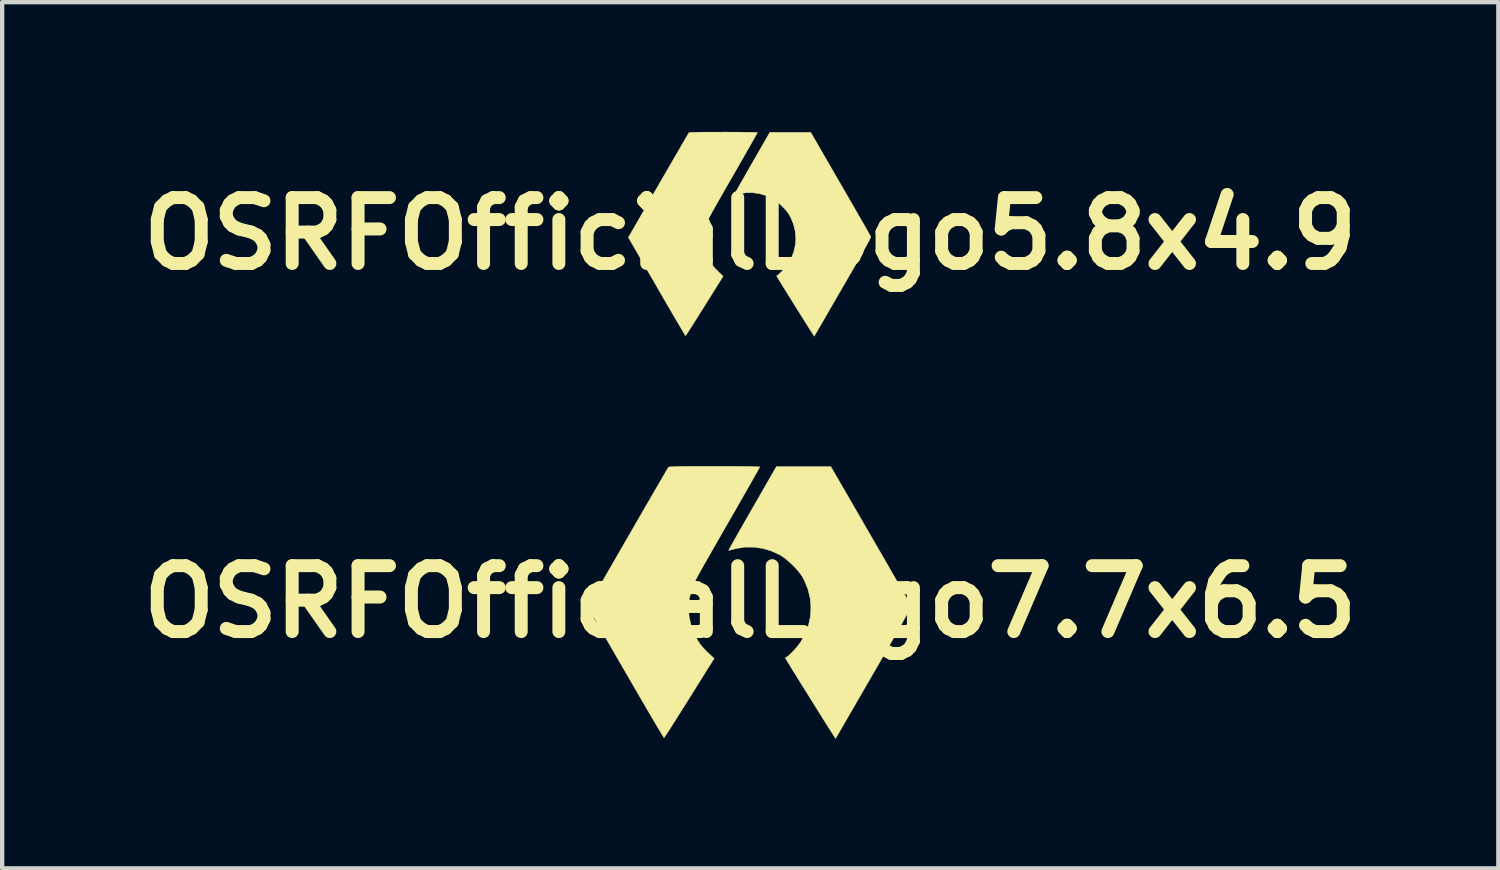
<source format=kicad_pcb>
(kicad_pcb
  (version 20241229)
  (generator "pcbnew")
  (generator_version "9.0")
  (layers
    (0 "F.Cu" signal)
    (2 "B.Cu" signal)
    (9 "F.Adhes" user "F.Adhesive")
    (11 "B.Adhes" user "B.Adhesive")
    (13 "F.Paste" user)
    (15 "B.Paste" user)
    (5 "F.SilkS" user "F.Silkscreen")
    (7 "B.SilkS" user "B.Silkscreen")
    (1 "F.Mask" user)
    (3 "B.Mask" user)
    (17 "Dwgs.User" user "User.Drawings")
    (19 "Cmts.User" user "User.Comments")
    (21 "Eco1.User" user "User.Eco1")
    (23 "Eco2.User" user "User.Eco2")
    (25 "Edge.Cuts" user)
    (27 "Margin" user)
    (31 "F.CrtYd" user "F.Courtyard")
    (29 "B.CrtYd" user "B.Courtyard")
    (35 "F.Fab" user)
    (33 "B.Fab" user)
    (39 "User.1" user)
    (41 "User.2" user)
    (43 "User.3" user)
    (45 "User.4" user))
  (footprint "OSRFOfficialLogo5.8x4.9"
    (layer "F.Cu")
    (at 14.304 2.355)
    (property "Reference" "OSRFOfficialLogo5.8x4.9" (at 0 0 0) (layer "F.SilkS") (effects (font (size 1.524 1.524) (thickness 0.3))))
    (attr through_hole)
    (fp_poly (pts (xy -0.482 -2.349) (xy -0.351 -2.349) (xy -0.23 -2.348) (xy -0.121 -2.347) (xy -0.027 -2.346) (xy 0.051 -2.344) (xy 0.11 -2.343) (xy 0.149 -2.341) (xy 0.165 -2.339) (xy 0.165 -2.339) (xy 0.159 -2.326) (xy 0.141 -2.293) (xy 0.112 -2.242) (xy 0.074 -2.174) (xy 0.027 -2.091) (xy -0.028 -1.994) (xy -0.09 -1.886) (xy -0.157 -1.767) (xy -0.23 -1.641) (xy -0.306 -1.508) (xy -0.312 -1.497) (xy -0.418 -1.313) (xy -0.512 -1.149) (xy -0.595 -1.005) (xy -0.668 -0.878) (xy -0.73 -0.768) (xy -0.784 -0.673) (xy -0.83 -0.592) (xy -0.869 -0.523) (xy -0.901 -0.464) (xy -0.928 -0.415) (xy -0.949 -0.374) (xy -0.966 -0.34) (xy -0.98 -0.311) (xy -0.991 -0.286) (xy -1 -0.263) (xy -1.008 -0.242) (xy -1.015 -0.22) (xy -1.017 -0.216) (xy -1.056 -0.06) (xy -1.07 0.099) (xy -1.06 0.258) (xy -1.026 0.415) (xy -0.967 0.568) (xy -0.956 0.591) (xy -0.913 0.67) (xy -0.867 0.739) (xy -0.811 0.806) (xy -0.741 0.877) (xy -0.726 0.891) (xy -0.627 0.984) (xy -1.056 1.67) (xy -1.131 1.789) (xy -1.202 1.902) (xy -1.268 2.007) (xy -1.328 2.102) (xy -1.381 2.184) (xy -1.425 2.253) (xy -1.459 2.306) (xy -1.483 2.342) (xy -1.494 2.358) (xy -1.495 2.359) (xy -1.503 2.349) (xy -1.522 2.318) (xy -1.553 2.268) (xy -1.593 2.2) (xy -1.643 2.116) (xy -1.701 2.017) (xy -1.767 1.905) (xy -1.839 1.781) (xy -1.917 1.647) (xy -2.001 1.503) (xy -2.088 1.352) (xy -2.162 1.224) (xy -2.819 0.087) (xy -2.126 -1.116) (xy -2.033 -1.277) (xy -1.943 -1.432) (xy -1.858 -1.579) (xy -1.778 -1.718) (xy -1.703 -1.846) (xy -1.636 -1.962) (xy -1.576 -2.066) (xy -1.525 -2.154) (xy -1.482 -2.227) (xy -1.45 -2.282) (xy -1.429 -2.318) (xy -1.42 -2.333) (xy -1.419 -2.334) (xy -1.411 -2.337) (xy -1.392 -2.34) (xy -1.36 -2.342) (xy -1.314 -2.344) (xy -1.253 -2.346) (xy -1.173 -2.347) (xy -1.075 -2.348) (xy -0.957 -2.349) (xy -0.816 -2.349) (xy -0.652 -2.349) (xy -0.621 -2.35) (xy -0.482 -2.349)) (stroke (width 0.01) (type solid)) (fill yes) (layer "F.SilkS"))
    (fp_poly (pts (xy 2.085 -1.156) (xy 2.178 -0.995) (xy 2.267 -0.841) (xy 2.352 -0.694) (xy 2.432 -0.555) (xy 2.505 -0.427) (xy 2.572 -0.31) (xy 2.632 -0.206) (xy 2.683 -0.117) (xy 2.724 -0.045) (xy 2.755 0.011) (xy 2.776 0.047) (xy 2.784 0.063) (xy 2.784 0.064) (xy 2.785 0.07) (xy 2.784 0.081) (xy 2.779 0.096) (xy 2.77 0.117) (xy 2.757 0.145) (xy 2.738 0.182) (xy 2.713 0.229) (xy 2.681 0.287) (xy 2.642 0.357) (xy 2.595 0.44) (xy 2.539 0.539) (xy 2.473 0.654) (xy 2.398 0.786) (xy 2.311 0.936) (xy 2.213 1.107) (xy 2.14 1.232) (xy 2.05 1.388) (xy 1.963 1.538) (xy 1.881 1.68) (xy 1.804 1.813) (xy 1.734 1.935) (xy 1.67 2.046) (xy 1.614 2.142) (xy 1.567 2.224) (xy 1.529 2.289) (xy 1.501 2.336) (xy 1.485 2.364) (xy 1.481 2.372) (xy 1.474 2.362) (xy 1.454 2.332) (xy 1.424 2.284) (xy 1.383 2.221) (xy 1.334 2.142) (xy 1.277 2.052) (xy 1.213 1.95) (xy 1.144 1.84) (xy 1.07 1.722) (xy 1.05 1.691) (xy 0.975 1.571) (xy 0.904 1.457) (xy 0.839 1.351) (xy 0.779 1.255) (xy 0.727 1.171) (xy 0.683 1.1) (xy 0.649 1.044) (xy 0.626 1.006) (xy 0.616 0.987) (xy 0.615 0.986) (xy 0.614 0.969) (xy 0.619 0.965) (xy 0.639 0.956) (xy 0.671 0.93) (xy 0.71 0.893) (xy 0.754 0.847) (xy 0.798 0.797) (xy 0.839 0.747) (xy 0.873 0.701) (xy 0.874 0.701) (xy 0.954 0.559) (xy 1.01 0.409) (xy 1.043 0.255) (xy 1.053 0.098) (xy 1.039 -0.06) (xy 1.001 -0.216) (xy 0.939 -0.368) (xy 0.9 -0.442) (xy 0.859 -0.5) (xy 0.802 -0.567) (xy 0.736 -0.636) (xy 0.664 -0.702) (xy 0.594 -0.759) (xy 0.531 -0.803) (xy 0.521 -0.809) (xy 0.373 -0.878) (xy 0.22 -0.924) (xy 0.063 -0.947) (xy -0.093 -0.947) (xy -0.246 -0.923) (xy -0.278 -0.914) (xy -0.323 -0.902) (xy -0.357 -0.894) (xy -0.374 -0.891) (xy -0.375 -0.892) (xy -0.37 -0.903) (xy -0.353 -0.935) (xy -0.325 -0.984) (xy -0.287 -1.051) (xy -0.242 -1.132) (xy -0.188 -1.226) (xy -0.128 -1.331) (xy -0.063 -1.445) (xy 0.007 -1.567) (xy 0.037 -1.619) (xy 0.453 -2.343) (xy 1.398 -2.343) (xy 2.085 -1.156)) (stroke (width 0.01) (type solid)) (fill yes) (layer "F.SilkS")))
  (footprint "OSRFOfficialLogo7.7x6.5"
    (layer "F.Cu")
    (at 14.304 10.869)
    (property "Reference" "OSRFOfficialLogo7.7x6.5" (at 0 0 0) (layer "F.SilkS") (effects (font (size 1.524 1.524) (thickness 0.3))))
    (attr through_hole)
    (fp_poly (pts (xy -0.643 -3.132) (xy -0.468 -3.132) (xy -0.307 -3.131) (xy -0.162 -3.129) (xy -0.036 -3.128) (xy 0.068 -3.126) (xy 0.147 -3.123) (xy 0.199 -3.121) (xy 0.22 -3.119) (xy 0.22 -3.118) (xy 0.212 -3.102) (xy 0.188 -3.058) (xy 0.15 -2.989) (xy 0.099 -2.899) (xy 0.036 -2.788) (xy -0.037 -2.659) (xy -0.12 -2.514) (xy -0.21 -2.357) (xy -0.306 -2.188) (xy -0.408 -2.011) (xy -0.416 -1.996) (xy -0.558 -1.751) (xy -0.683 -1.533) (xy -0.793 -1.34) (xy -0.89 -1.171) (xy -0.974 -1.024) (xy -1.046 -0.898) (xy -1.107 -0.789) (xy -1.159 -0.697) (xy -1.202 -0.619) (xy -1.237 -0.554) (xy -1.265 -0.499) (xy -1.288 -0.453) (xy -1.307 -0.415) (xy -1.321 -0.381) (xy -1.333 -0.351) (xy -1.344 -0.322) (xy -1.354 -0.293) (xy -1.355 -0.288) (xy -1.408 -0.08) (xy -1.427 0.132) (xy -1.414 0.344) (xy -1.368 0.553) (xy -1.29 0.757) (xy -1.275 0.787) (xy -1.218 0.893) (xy -1.156 0.986) (xy -1.082 1.074) (xy -0.988 1.169) (xy -0.968 1.188) (xy -0.836 1.312) (xy -1.408 2.227) (xy -1.508 2.386) (xy -1.603 2.537) (xy -1.691 2.676) (xy -1.771 2.802) (xy -1.841 2.912) (xy -1.899 3.004) (xy -1.945 3.075) (xy -1.977 3.122) (xy -1.992 3.144) (xy -1.994 3.145) (xy -2.004 3.132) (xy -2.03 3.09) (xy -2.07 3.024) (xy -2.124 2.933) (xy -2.19 2.821) (xy -2.268 2.69) (xy -2.356 2.54) (xy -2.452 2.375) (xy -2.557 2.196) (xy -2.668 2.004) (xy -2.784 1.803) (xy -2.883 1.633) (xy -3.759 0.116) (xy -2.834 -1.487) (xy -2.71 -1.702) (xy -2.591 -1.909) (xy -2.477 -2.105) (xy -2.37 -2.29) (xy -2.271 -2.461) (xy -2.181 -2.616) (xy -2.101 -2.754) (xy -2.033 -2.872) (xy -1.976 -2.969) (xy -1.934 -3.042) (xy -1.905 -3.09) (xy -1.893 -3.111) (xy -1.892 -3.111) (xy -1.882 -3.116) (xy -1.856 -3.12) (xy -1.814 -3.123) (xy -1.753 -3.126) (xy -1.67 -3.128) (xy -1.565 -3.13) (xy -1.434 -3.131) (xy -1.276 -3.132) (xy -1.088 -3.132) (xy -0.87 -3.133) (xy -0.828 -3.133) (xy -0.643 -3.132)) (stroke (width 0.01) (type solid)) (fill yes) (layer "F.SilkS"))
    (fp_poly (pts (xy 2.78 -1.541) (xy 2.904 -1.327) (xy 3.023 -1.121) (xy 3.136 -0.925) (xy 3.242 -0.74) (xy 3.34 -0.569) (xy 3.43 -0.413) (xy 3.509 -0.275) (xy 3.577 -0.157) (xy 3.632 -0.059) (xy 3.674 0.014) (xy 3.701 0.063) (xy 3.712 0.084) (xy 3.712 0.085) (xy 3.714 0.094) (xy 3.712 0.107) (xy 3.705 0.128) (xy 3.694 0.156) (xy 3.676 0.194) (xy 3.651 0.243) (xy 3.617 0.305) (xy 3.575 0.382) (xy 3.523 0.476) (xy 3.46 0.587) (xy 3.385 0.719) (xy 3.298 0.872) (xy 3.197 1.047) (xy 3.081 1.248) (xy 2.95 1.476) (xy 2.854 1.643) (xy 2.733 1.851) (xy 2.618 2.051) (xy 2.508 2.24) (xy 2.406 2.417) (xy 2.311 2.58) (xy 2.226 2.727) (xy 2.152 2.856) (xy 2.089 2.965) (xy 2.038 3.052) (xy 2.002 3.115) (xy 1.98 3.152) (xy 1.974 3.162) (xy 1.965 3.149) (xy 1.939 3.109) (xy 1.898 3.046) (xy 1.844 2.961) (xy 1.778 2.857) (xy 1.702 2.736) (xy 1.617 2.6) (xy 1.525 2.453) (xy 1.427 2.296) (xy 1.4 2.254) (xy 1.301 2.094) (xy 1.206 1.943) (xy 1.118 1.801) (xy 1.039 1.673) (xy 0.969 1.561) (xy 0.911 1.466) (xy 0.866 1.392) (xy 0.835 1.342) (xy 0.821 1.316) (xy 0.82 1.315) (xy 0.818 1.291) (xy 0.825 1.287) (xy 0.852 1.274) (xy 0.894 1.241) (xy 0.947 1.191) (xy 1.006 1.13) (xy 1.065 1.063) (xy 1.119 0.996) (xy 1.164 0.935) (xy 1.165 0.934) (xy 1.272 0.745) (xy 1.347 0.546) (xy 1.391 0.34) (xy 1.404 0.13) (xy 1.385 -0.08) (xy 1.335 -0.288) (xy 1.253 -0.491) (xy 1.2 -0.589) (xy 1.145 -0.667) (xy 1.07 -0.756) (xy 0.981 -0.848) (xy 0.886 -0.936) (xy 0.792 -1.013) (xy 0.708 -1.071) (xy 0.694 -1.079) (xy 0.498 -1.171) (xy 0.293 -1.232) (xy 0.085 -1.263) (xy -0.124 -1.263) (xy -0.328 -1.23) (xy -0.37 -1.219) (xy -0.43 -1.203) (xy -0.476 -1.192) (xy -0.499 -1.189) (xy -0.5 -1.189) (xy -0.493 -1.204) (xy -0.47 -1.246) (xy -0.433 -1.313) (xy -0.383 -1.401) (xy -0.322 -1.509) (xy -0.251 -1.635) (xy -0.171 -1.774) (xy -0.084 -1.927) (xy 0.009 -2.089) (xy 0.049 -2.159) (xy 0.604 -3.124) (xy 1.865 -3.124) (xy 2.78 -1.541)) (stroke (width 0.01) (type solid)) (fill yes) (layer "F.SilkS")))
  (gr_rect
    (start -3 -3)
    (end 31.608 17.036)
    (stroke (width 0.1) (type default))
    (fill no)
    (layer "Edge.Cuts")))
</source>
